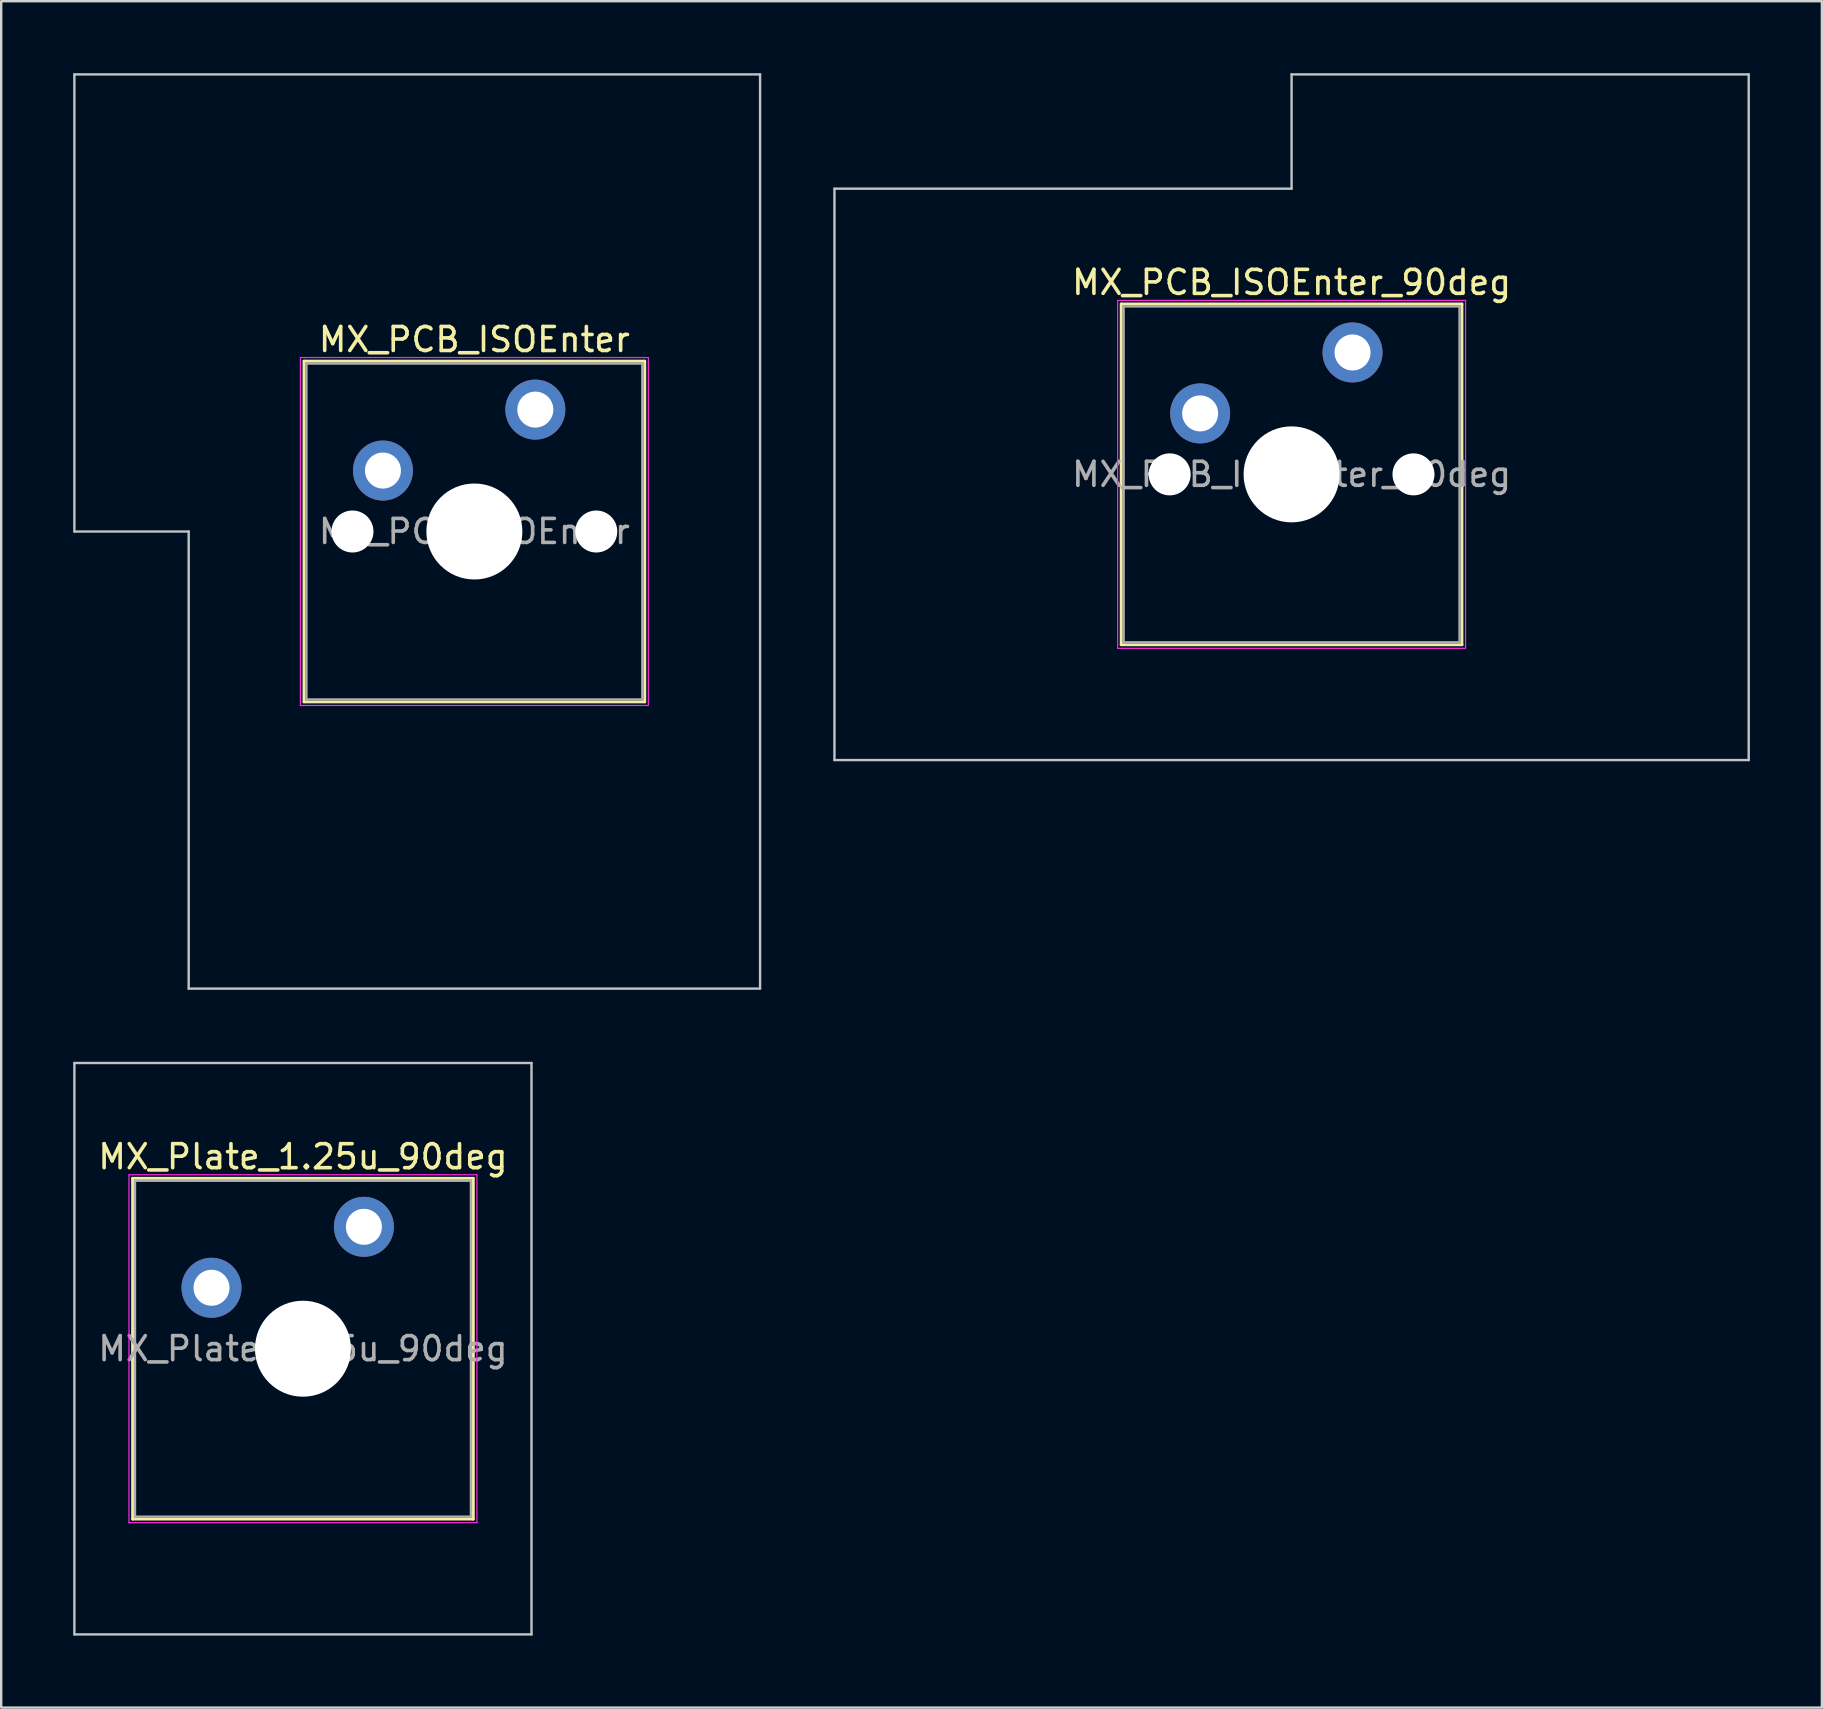
<source format=kicad_pcb>
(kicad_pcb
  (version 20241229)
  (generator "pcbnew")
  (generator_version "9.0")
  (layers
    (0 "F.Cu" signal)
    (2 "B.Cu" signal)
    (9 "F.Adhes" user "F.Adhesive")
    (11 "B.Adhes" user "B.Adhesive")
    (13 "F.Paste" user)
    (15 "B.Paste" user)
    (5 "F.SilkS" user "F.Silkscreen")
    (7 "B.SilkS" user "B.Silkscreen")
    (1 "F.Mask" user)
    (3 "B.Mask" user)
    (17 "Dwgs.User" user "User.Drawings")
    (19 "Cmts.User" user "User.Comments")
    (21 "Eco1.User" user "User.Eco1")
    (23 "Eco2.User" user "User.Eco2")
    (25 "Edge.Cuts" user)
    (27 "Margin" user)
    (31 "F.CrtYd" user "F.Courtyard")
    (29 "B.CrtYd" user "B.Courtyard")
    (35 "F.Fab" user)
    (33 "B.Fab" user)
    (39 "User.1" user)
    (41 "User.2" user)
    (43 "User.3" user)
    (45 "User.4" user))
  (footprint "MX_Plate_1.25u_90deg"
    (layer "F.Cu")
    (at 9.575 53.156)
    (property "Reference" "MX_Plate_1.25u_90deg" (at 0 -8 0) (layer "F.SilkS") (effects (font (size 1 1) (thickness 0.15))))
    (attr through_hole)
    (fp_line (start -7.1 -7.1) (end -7.1 7.1) (stroke (width 0.12) (type solid)) (layer "F.SilkS"))
    (fp_line (start -7.1 7.1) (end 7.1 7.1) (stroke (width 0.12) (type solid)) (layer "F.SilkS"))
    (fp_line (start 7.1 -7.1) (end -7.1 -7.1) (stroke (width 0.12) (type solid)) (layer "F.SilkS"))
    (fp_line (start 7.1 7.1) (end 7.1 -7.1) (stroke (width 0.12) (type solid)) (layer "F.SilkS"))
    (fp_line (start -9.525 -11.906) (end 9.525 -11.906) (stroke (width 0.1) (type solid)) (layer "Dwgs.User"))
    (fp_line (start -9.525 11.906) (end -9.525 -11.906) (stroke (width 0.1) (type solid)) (layer "Dwgs.User"))
    (fp_line (start 9.525 -11.906) (end 9.525 11.906) (stroke (width 0.1) (type solid)) (layer "Dwgs.User"))
    (fp_line (start 9.525 11.906) (end -9.525 11.906) (stroke (width 0.1) (type solid)) (layer "Dwgs.User"))
    (fp_line (start -7 -7) (end -7 7) (stroke (width 0.1) (type solid)) (layer "Eco1.User"))
    (fp_line (start -7 7) (end 7 7) (stroke (width 0.1) (type solid)) (layer "Eco1.User"))
    (fp_line (start 7 -7) (end -7 -7) (stroke (width 0.1) (type solid)) (layer "Eco1.User"))
    (fp_line (start 7 7) (end 7 -7) (stroke (width 0.1) (type solid)) (layer "Eco1.User"))
    (fp_line (start -7.25 -7.25) (end -7.25 7.25) (stroke (width 0.05) (type solid)) (layer "F.CrtYd"))
    (fp_line (start -7.25 7.25) (end 7.25 7.25) (stroke (width 0.05) (type solid)) (layer "F.CrtYd"))
    (fp_line (start 7.25 -7.25) (end -7.25 -7.25) (stroke (width 0.05) (type solid)) (layer "F.CrtYd"))
    (fp_line (start 7.25 7.25) (end 7.25 -7.25) (stroke (width 0.05) (type solid)) (layer "F.CrtYd"))
    (fp_line (start -7 -7) (end -7 7) (stroke (width 0.1) (type solid)) (layer "F.Fab"))
    (fp_line (start -7 7) (end 7 7) (stroke (width 0.1) (type solid)) (layer "F.Fab"))
    (fp_line (start 7 -7) (end -7 -7) (stroke (width 0.1) (type solid)) (layer "F.Fab"))
    (fp_line (start 7 7) (end 7 -7) (stroke (width 0.1) (type solid)) (layer "F.Fab"))
    (fp_text user "${REFERENCE}" (at 0 0 0) (layer "F.Fab") (effects (font (size 1 1) (thickness 0.15))))
    (pad "" np_thru_hole circle (at 0 0) (size 4 4) (drill 4) (layers "*.Cu" "*.Mask"))
    (pad "1" thru_hole circle (at -3.81 -2.54) (size 2.5 2.5) (drill 1.5) (layers "*.Cu" "*.Mask"))
    (pad "2" thru_hole circle (at 2.54 -5.08) (size 2.5 2.5) (drill 1.5) (layers "*.Cu" "*.Mask")))
  (footprint "MX_PCB_ISOEnter"
    (layer "F.Cu")
    (at 16.719 19.1)
    (property "Reference" "MX_PCB_ISOEnter" (at 0 -8 0) (layer "F.SilkS") (effects (font (size 1 1) (thickness 0.15))))
    (attr through_hole)
    (fp_line (start -7.1 -7.1) (end -7.1 7.1) (stroke (width 0.12) (type solid)) (layer "F.SilkS"))
    (fp_line (start -7.1 7.1) (end 7.1 7.1) (stroke (width 0.12) (type solid)) (layer "F.SilkS"))
    (fp_line (start 7.1 -7.1) (end -7.1 -7.1) (stroke (width 0.12) (type solid)) (layer "F.SilkS"))
    (fp_line (start 7.1 7.1) (end 7.1 -7.1) (stroke (width 0.12) (type solid)) (layer "F.SilkS"))
    (fp_line (start -16.669 -19.05) (end -16.669 0) (stroke (width 0.1) (type solid)) (layer "Dwgs.User"))
    (fp_line (start -16.669 0) (end -11.906 0) (stroke (width 0.1) (type solid)) (layer "Dwgs.User"))
    (fp_line (start -11.906 0) (end -11.906 19.05) (stroke (width 0.1) (type solid)) (layer "Dwgs.User"))
    (fp_line (start -11.906 19.05) (end 11.906 19.05) (stroke (width 0.1) (type solid)) (layer "Dwgs.User"))
    (fp_line (start 11.906 -19.05) (end -16.669 -19.05) (stroke (width 0.1) (type solid)) (layer "Dwgs.User"))
    (fp_line (start 11.906 19.05) (end 11.906 -19.05) (stroke (width 0.1) (type solid)) (layer "Dwgs.User"))
    (fp_line (start -7 -7) (end -7 7) (stroke (width 0.1) (type solid)) (layer "Eco1.User"))
    (fp_line (start -7 7) (end 7 7) (stroke (width 0.1) (type solid)) (layer "Eco1.User"))
    (fp_line (start 7 -7) (end -7 -7) (stroke (width 0.1) (type solid)) (layer "Eco1.User"))
    (fp_line (start 7 7) (end 7 -7) (stroke (width 0.1) (type solid)) (layer "Eco1.User"))
    (fp_line (start -7.25 -7.25) (end -7.25 7.25) (stroke (width 0.05) (type solid)) (layer "F.CrtYd"))
    (fp_line (start -7.25 7.25) (end 7.25 7.25) (stroke (width 0.05) (type solid)) (layer "F.CrtYd"))
    (fp_line (start 7.25 -7.25) (end -7.25 -7.25) (stroke (width 0.05) (type solid)) (layer "F.CrtYd"))
    (fp_line (start 7.25 7.25) (end 7.25 -7.25) (stroke (width 0.05) (type solid)) (layer "F.CrtYd"))
    (fp_line (start -7 -7) (end -7 7) (stroke (width 0.1) (type solid)) (layer "F.Fab"))
    (fp_line (start -7 7) (end 7 7) (stroke (width 0.1) (type solid)) (layer "F.Fab"))
    (fp_line (start 7 -7) (end -7 -7) (stroke (width 0.1) (type solid)) (layer "F.Fab"))
    (fp_line (start 7 7) (end 7 -7) (stroke (width 0.1) (type solid)) (layer "F.Fab"))
    (fp_text user "${REFERENCE}" (at 0 0 0) (layer "F.Fab") (effects (font (size 1 1) (thickness 0.15))))
    (pad "" np_thru_hole circle (at -5.08 0) (size 1.75 1.75) (drill 1.75) (layers "*.Cu" "*.Mask"))
    (pad "" np_thru_hole circle (at 0 0) (size 4 4) (drill 4) (layers "*.Cu" "*.Mask"))
    (pad "" np_thru_hole circle (at 5.08 0) (size 1.75 1.75) (drill 1.75) (layers "*.Cu" "*.Mask"))
    (pad "1" thru_hole circle (at -3.81 -2.54) (size 2.5 2.5) (drill 1.5) (layers "*.Cu" "*.Mask"))
    (pad "2" thru_hole circle (at 2.54 -5.08) (size 2.5 2.5) (drill 1.5) (layers "*.Cu" "*.Mask")))
  (footprint "MX_PCB_ISOEnter_90deg"
    (layer "F.Cu")
    (at 50.775 16.719)
    (property "Reference" "MX_PCB_ISOEnter_90deg" (at 0 -8 0) (layer "F.SilkS") (effects (font (size 1 1) (thickness 0.15))))
    (attr through_hole)
    (fp_line (start -7.1 -7.1) (end -7.1 7.1) (stroke (width 0.12) (type solid)) (layer "F.SilkS"))
    (fp_line (start -7.1 7.1) (end 7.1 7.1) (stroke (width 0.12) (type solid)) (layer "F.SilkS"))
    (fp_line (start 7.1 -7.1) (end -7.1 -7.1) (stroke (width 0.12) (type solid)) (layer "F.SilkS"))
    (fp_line (start 7.1 7.1) (end 7.1 -7.1) (stroke (width 0.12) (type solid)) (layer "F.SilkS"))
    (fp_line (start -19.05 -11.906) (end -19.05 11.906) (stroke (width 0.1) (type solid)) (layer "Dwgs.User"))
    (fp_line (start -19.05 11.906) (end 19.05 11.906) (stroke (width 0.1) (type solid)) (layer "Dwgs.User"))
    (fp_line (start 0 -16.669) (end 0 -11.906) (stroke (width 0.1) (type solid)) (layer "Dwgs.User"))
    (fp_line (start 0 -11.906) (end -19.05 -11.906) (stroke (width 0.1) (type solid)) (layer "Dwgs.User"))
    (fp_line (start 19.05 -16.669) (end 0 -16.669) (stroke (width 0.1) (type solid)) (layer "Dwgs.User"))
    (fp_line (start 19.05 11.906) (end 19.05 -16.669) (stroke (width 0.1) (type solid)) (layer "Dwgs.User"))
    (fp_line (start -7 -7) (end -7 7) (stroke (width 0.1) (type solid)) (layer "Eco1.User"))
    (fp_line (start -7 7) (end 7 7) (stroke (width 0.1) (type solid)) (layer "Eco1.User"))
    (fp_line (start 7 -7) (end -7 -7) (stroke (width 0.1) (type solid)) (layer "Eco1.User"))
    (fp_line (start 7 7) (end 7 -7) (stroke (width 0.1) (type solid)) (layer "Eco1.User"))
    (fp_line (start -7.25 -7.25) (end -7.25 7.25) (stroke (width 0.05) (type solid)) (layer "F.CrtYd"))
    (fp_line (start -7.25 7.25) (end 7.25 7.25) (stroke (width 0.05) (type solid)) (layer "F.CrtYd"))
    (fp_line (start 7.25 -7.25) (end -7.25 -7.25) (stroke (width 0.05) (type solid)) (layer "F.CrtYd"))
    (fp_line (start 7.25 7.25) (end 7.25 -7.25) (stroke (width 0.05) (type solid)) (layer "F.CrtYd"))
    (fp_line (start -7 -7) (end -7 7) (stroke (width 0.1) (type solid)) (layer "F.Fab"))
    (fp_line (start -7 7) (end 7 7) (stroke (width 0.1) (type solid)) (layer "F.Fab"))
    (fp_line (start 7 -7) (end -7 -7) (stroke (width 0.1) (type solid)) (layer "F.Fab"))
    (fp_line (start 7 7) (end 7 -7) (stroke (width 0.1) (type solid)) (layer "F.Fab"))
    (fp_text user "${REFERENCE}" (at 0 0 0) (layer "F.Fab") (effects (font (size 1 1) (thickness 0.15))))
    (pad "" np_thru_hole circle (at -5.08 0) (size 1.75 1.75) (drill 1.75) (layers "*.Cu" "*.Mask"))
    (pad "" np_thru_hole circle (at 0 0) (size 4 4) (drill 4) (layers "*.Cu" "*.Mask"))
    (pad "" np_thru_hole circle (at 5.08 0) (size 1.75 1.75) (drill 1.75) (layers "*.Cu" "*.Mask"))
    (pad "1" thru_hole circle (at -3.81 -2.54) (size 2.5 2.5) (drill 1.5) (layers "*.Cu" "*.Mask"))
    (pad "2" thru_hole circle (at 2.54 -5.08) (size 2.5 2.5) (drill 1.5) (layers "*.Cu" "*.Mask")))
  (gr_rect
    (start -3 -3)
    (end 72.875 68.112)
    (stroke (width 0.1) (type default))
    (fill no)
    (layer "Edge.Cuts")))
</source>
